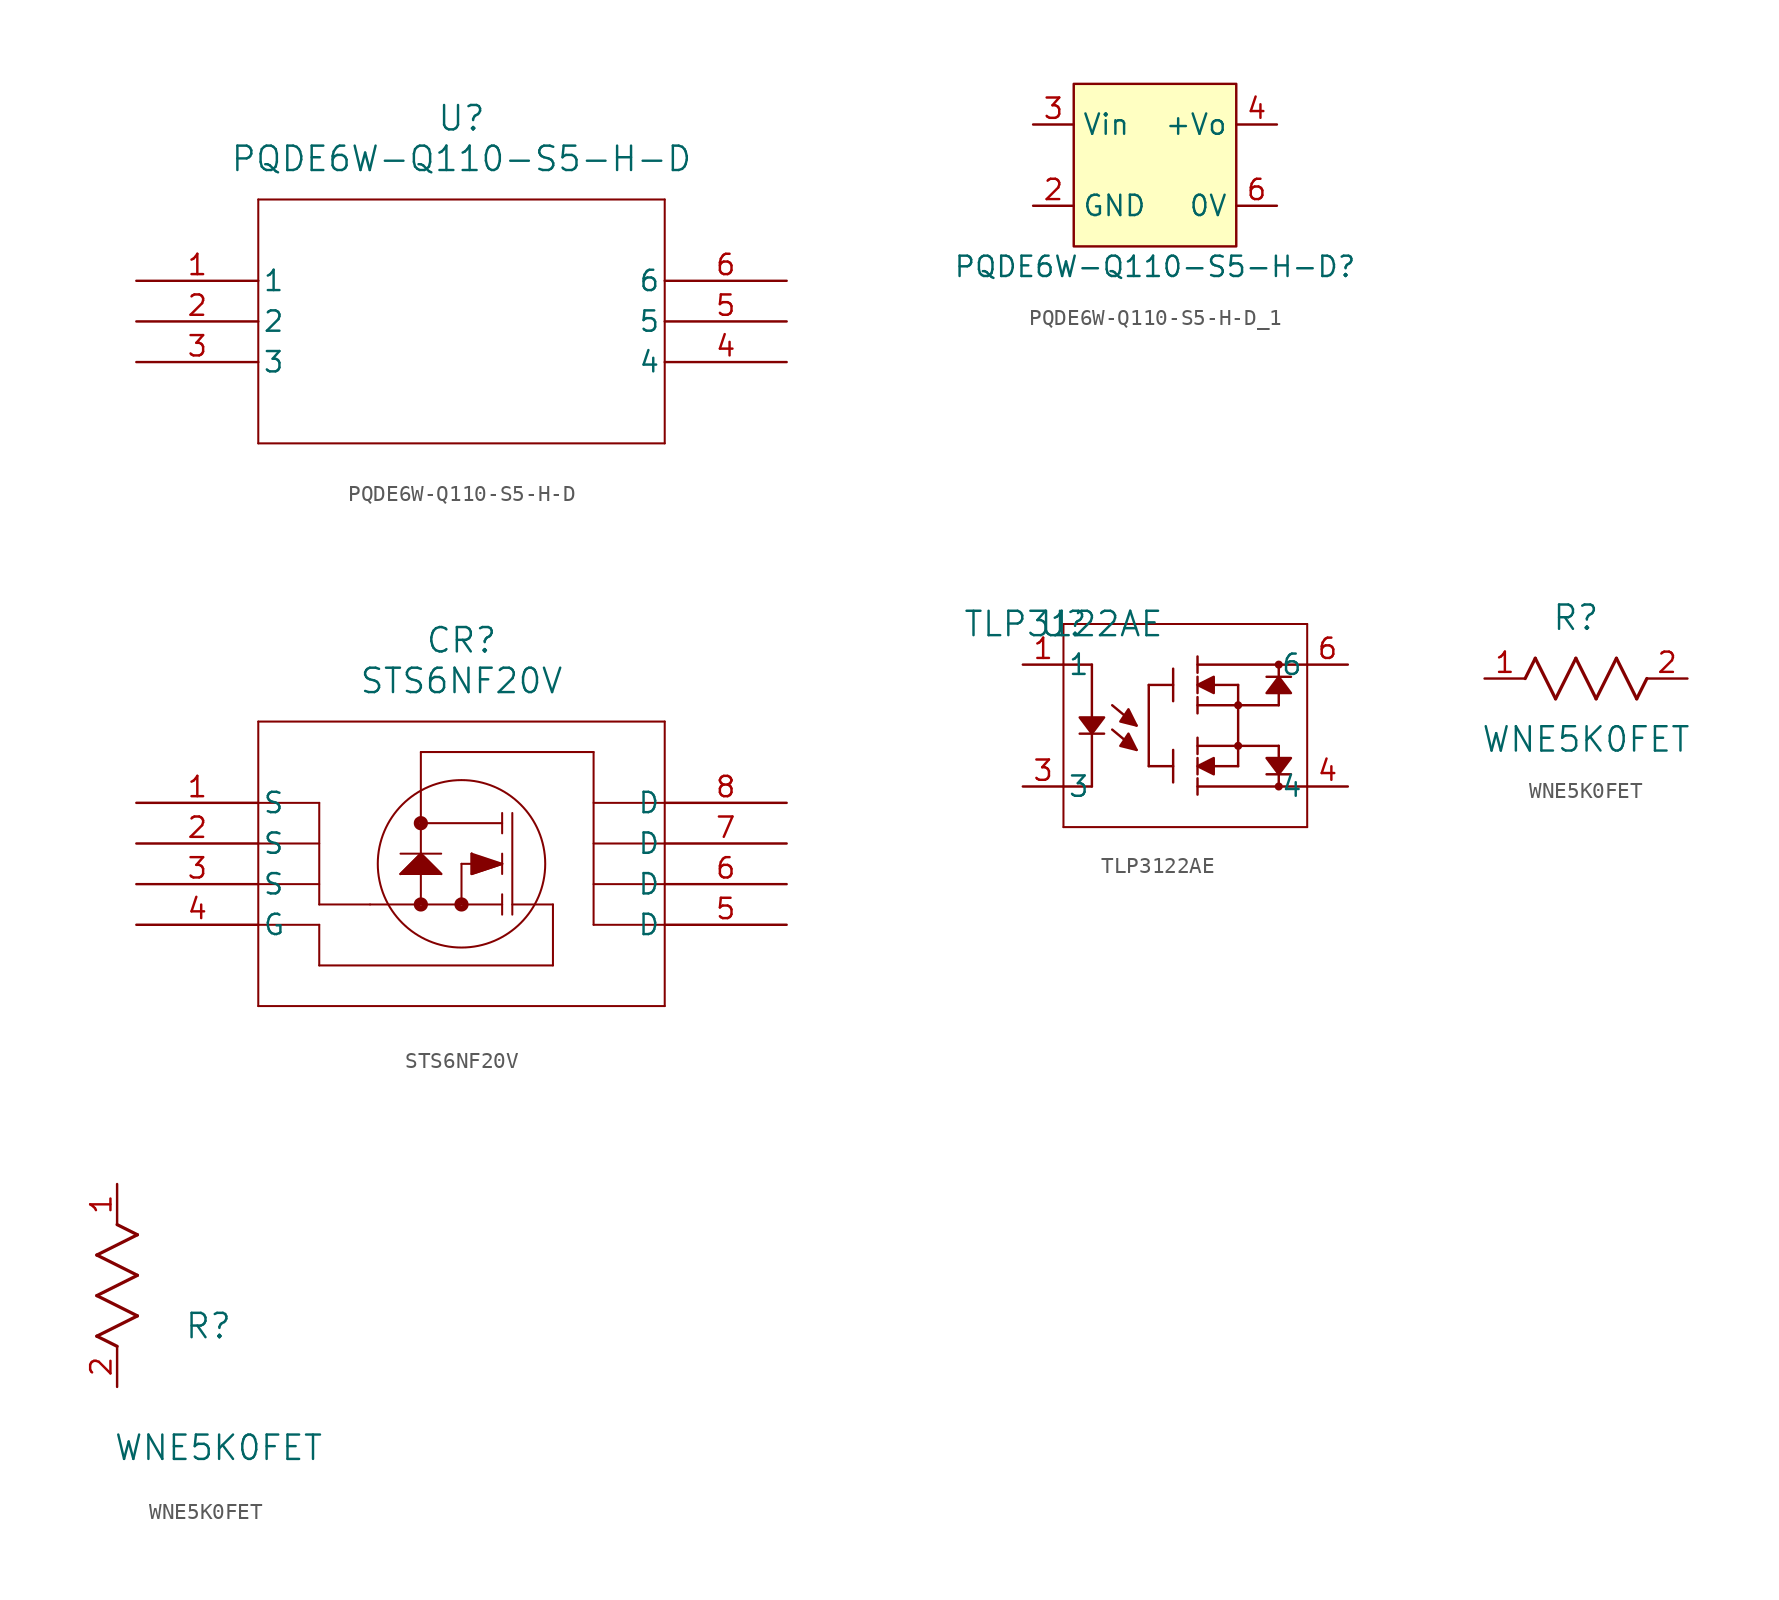
<source format=kicad_sym>
(kicad_symbol_lib
  (version 20220914)
  (generator kicad_symbol_editor)
  (symbol "PQDE6W-Q110-S5-H-D"
    (pin_names
      (offset 0.254))
    (property "Reference" "U"
      (at 20.32 10.16 0)
      (effects (font (size 1.524 1.524))))
    (property "Value" "PQDE6W-Q110-S5-H-D"
      (at 20.32 7.62 0)
      (effects (font (size 1.524 1.524))))
    (symbol "PQDE6W-Q110-S5-H-D_0_1"
      (polyline (pts (xy 7.62 -10.16) (xy 33.02 -10.16)) (stroke (width 0.127) (type default)) (fill (type none)))
      (polyline (pts (xy 7.62 5.08) (xy 7.62 -10.16)) (stroke (width 0.127) (type default)) (fill (type none)))
      (polyline (pts (xy 33.02 -10.16) (xy 33.02 5.08)) (stroke (width 0.127) (type default)) (fill (type none)))
      (polyline (pts (xy 33.02 5.08) (xy 7.62 5.08)) (stroke (width 0.127) (type default)) (fill (type none)))
      (pin unspecified line (at 0 0 0) (length 7.62) (name "1" (effects (font (size 1.27 1.27)))) (number "1" (effects (font (size 1.27 1.27)))))
      (pin unspecified line (at 0 -2.54 0) (length 7.62) (name "2" (effects (font (size 1.27 1.27)))) (number "2" (effects (font (size 1.27 1.27)))))
      (pin unspecified line (at 0 -5.08 0) (length 7.62) (name "3" (effects (font (size 1.27 1.27)))) (number "3" (effects (font (size 1.27 1.27)))))
      (pin unspecified line (at 40.64 -5.08 180) (length 7.62) (name "4" (effects (font (size 1.27 1.27)))) (number "4" (effects (font (size 1.27 1.27)))))
      (pin unspecified line (at 40.64 -2.54 180) (length 7.62) (name "5" (effects (font (size 1.27 1.27)))) (number "5" (effects (font (size 1.27 1.27)))))
      (pin unspecified line (at 40.64 0 180) (length 7.62) (name "6" (effects (font (size 1.27 1.27)))) (number "6" (effects (font (size 1.27 1.27)))))))
  (symbol "PQDE6W-Q110-S5-H-D_1"
    (property "Reference" "PQDE6W-Q110-S5-H-D"
      (at 0 -6.35 0)
      (effects (font (size 1.27 1.27))))
    (property "Value" ""
      (at 0 0 0)
      (effects (font (size 1.27 1.27))))
    (symbol "PQDE6W-Q110-S5-H-D_1_1_1"
      (rectangle (start -5.08 5.08) (end 5.08 -5.08) (stroke (width 0) (type default)) (fill (type background)))
      (pin output line (at -7.62 -2.54 0) (length 2.54) (name "GND" (effects (font (size 1.27 1.27)))) (number "2" (effects (font (size 1.27 1.27)))))
      (pin input line (at -7.62 2.54 0) (length 2.54) (name "Vin" (effects (font (size 1.27 1.27)))) (number "3" (effects (font (size 1.27 1.27)))))
      (pin output line (at 7.62 2.54 180) (length 2.54) (name "+Vo" (effects (font (size 1.27 1.27)))) (number "4" (effects (font (size 1.27 1.27)))))
      (pin input line (at 7.62 -2.54 180) (length 2.54) (name "0V" (effects (font (size 1.27 1.27)))) (number "6" (effects (font (size 1.27 1.27)))))))
  (symbol "STS6NF20V"
    (pin_names
      (offset 0.254))
    (property "Reference" "CR"
      (at 20.32 10.16 0)
      (effects (font (size 1.524 1.524))))
    (property "Value" "STS6NF20V"
      (at 20.32 7.62 0)
      (effects (font (size 1.524 1.524))))
    (symbol "STS6NF20V_0_1"
      (polyline (pts (xy 7.62 -12.7) (xy 33.02 -12.7)) (stroke (width 0.127) (type default)) (fill (type none)))
      (polyline (pts (xy 7.62 -5.08) (xy 11.43 -5.08)) (stroke (width 0.127) (type default)) (fill (type none)))
      (polyline (pts (xy 7.62 -2.54) (xy 11.43 -2.54)) (stroke (width 0.127) (type default)) (fill (type none)))
      (polyline (pts (xy 7.62 0) (xy 11.43 0)) (stroke (width 0.127) (type default)) (fill (type none)))
      (polyline (pts (xy 7.62 5.08) (xy 7.62 -12.7)) (stroke (width 0.127) (type default)) (fill (type none)))
      (polyline (pts (xy 11.43 -10.16) (xy 11.43 -7.62)) (stroke (width 0.127) (type default)) (fill (type none)))
      (polyline (pts (xy 11.43 -7.62) (xy 7.62 -7.62)) (stroke (width 0.127) (type default)) (fill (type none)))
      (polyline (pts (xy 11.43 -6.35) (xy 14.605 -6.35)) (stroke (width 0.127) (type default)) (fill (type none)))
      (polyline (pts (xy 11.43 0) (xy 11.43 -6.35)) (stroke (width 0.127) (type default)) (fill (type none)))
      (polyline (pts (xy 16.51 -4.445) (xy 17.78 -3.175)) (stroke (width 0.127) (type default)) (fill (type none)))
      (polyline (pts (xy 16.51 -4.445) (xy 19.05 -4.445)) (stroke (width 0.127) (type default)) (fill (type none)))
      (polyline (pts (xy 16.51 -3.175) (xy 19.05 -3.175)) (stroke (width 0.127) (type default)) (fill (type none)))
      (polyline (pts (xy 17.78 -6.35) (xy 17.78 3.175)) (stroke (width 0.127) (type default)) (fill (type none)))
      (polyline (pts (xy 17.78 3.175) (xy 28.575 3.175)) (stroke (width 0.127) (type default)) (fill (type none)))
      (polyline (pts (xy 19.05 -4.445) (xy 17.78 -3.175)) (stroke (width 0.127) (type default)) (fill (type none)))
      (polyline (pts (xy 20.32 -3.81) (xy 20.32 -6.35)) (stroke (width 0.127) (type default)) (fill (type none)))
      (polyline (pts (xy 20.32 -3.81) (xy 22.86 -3.81)) (stroke (width 0.127) (type default)) (fill (type none)))
      (polyline (pts (xy 20.955 -4.445) (xy 22.86 -3.81)) (stroke (width 0.127) (type default)) (fill (type none)))
      (polyline (pts (xy 20.955 -3.175) (xy 20.955 -4.445)) (stroke (width 0.127) (type default)) (fill (type none)))
      (polyline (pts (xy 22.86 -6.985) (xy 22.86 -5.715)) (stroke (width 0.127) (type default)) (fill (type none)))
      (polyline (pts (xy 22.86 -6.35) (xy 14.605 -6.35)) (stroke (width 0.127) (type default)) (fill (type none)))
      (polyline (pts (xy 22.86 -4.445) (xy 22.86 -3.175)) (stroke (width 0.127) (type default)) (fill (type none)))
      (polyline (pts (xy 22.86 -3.81) (xy 20.955 -3.175)) (stroke (width 0.127) (type default)) (fill (type none)))
      (polyline (pts (xy 22.86 -1.905) (xy 22.86 -0.635)) (stroke (width 0.127) (type default)) (fill (type none)))
      (polyline (pts (xy 22.86 -1.27) (xy 17.78 -1.27)) (stroke (width 0.127) (type default)) (fill (type none)))
      (polyline (pts (xy 23.495 -6.35) (xy 26.035 -6.35)) (stroke (width 0.127) (type default)) (fill (type none)))
      (polyline (pts (xy 23.495 -0.635) (xy 23.495 -6.985)) (stroke (width 0.127) (type default)) (fill (type none)))
      (polyline (pts (xy 26.035 -10.16) (xy 11.43 -10.16)) (stroke (width 0.127) (type default)) (fill (type none)))
      (polyline (pts (xy 26.035 -6.35) (xy 26.035 -10.16)) (stroke (width 0.127) (type default)) (fill (type none)))
      (polyline (pts (xy 28.575 -7.62) (xy 33.02 -7.62)) (stroke (width 0.127) (type default)) (fill (type none)))
      (polyline (pts (xy 28.575 3.175) (xy 28.575 -7.62)) (stroke (width 0.127) (type default)) (fill (type none)))
      (polyline (pts (xy 33.02 -12.7) (xy 33.02 5.08)) (stroke (width 0.127) (type default)) (fill (type none)))
      (polyline (pts (xy 33.02 -5.08) (xy 28.575 -5.08)) (stroke (width 0.127) (type default)) (fill (type none)))
      (polyline (pts (xy 33.02 -2.54) (xy 28.575 -2.54)) (stroke (width 0.127) (type default)) (fill (type none)))
      (polyline (pts (xy 33.02 0) (xy 28.575 0)) (stroke (width 0.127) (type default)) (fill (type none)))
      (polyline (pts (xy 33.02 5.08) (xy 7.62 5.08)) (stroke (width 0.127) (type default)) (fill (type none)))
      (polyline (pts (xy 16.51 -4.445) (xy 17.78 -3.175) (xy 19.05 -4.445)) (stroke (width 0) (type default)) (fill (type outline)))
      (polyline (pts (xy 20.955 -3.175) (xy 20.955 -4.445) (xy 22.86 -3.81)) (stroke (width 0) (type default)) (fill (type outline)))
      (circle (center 17.78 -6.35) (radius 0.254) (stroke (width 0.381) (type default)) (fill (type none)))
      (circle (center 17.78 -1.27) (radius 0.254) (stroke (width 0.381) (type default)) (fill (type none)))
      (circle (center 20.32 -6.35) (radius 0.254) (stroke (width 0.381) (type default)) (fill (type none)))
      (circle (center 20.32 -3.81) (radius 5.232) (stroke (width 0.127) (type default)) (fill (type none)))
      (pin unspecified line (at 0 0 0) (length 7.62) (name "S" (effects (font (size 1.27 1.27)))) (number "1" (effects (font (size 1.27 1.27)))))
      (pin unspecified line (at 0 -2.54 0) (length 7.62) (name "S" (effects (font (size 1.27 1.27)))) (number "2" (effects (font (size 1.27 1.27)))))
      (pin unspecified line (at 0 -5.08 0) (length 7.62) (name "S" (effects (font (size 1.27 1.27)))) (number "3" (effects (font (size 1.27 1.27)))))
      (pin unspecified line (at 0 -7.62 0) (length 7.62) (name "G" (effects (font (size 1.27 1.27)))) (number "4" (effects (font (size 1.27 1.27)))))
      (pin unspecified line (at 40.64 -7.62 180) (length 7.62) (name "D" (effects (font (size 1.27 1.27)))) (number "5" (effects (font (size 1.27 1.27)))))
      (pin unspecified line (at 40.64 -5.08 180) (length 7.62) (name "D" (effects (font (size 1.27 1.27)))) (number "6" (effects (font (size 1.27 1.27)))))
      (pin unspecified line (at 40.64 -2.54 180) (length 7.62) (name "D" (effects (font (size 1.27 1.27)))) (number "7" (effects (font (size 1.27 1.27)))))
      (pin unspecified line (at 40.64 0 180) (length 7.62) (name "D" (effects (font (size 1.27 1.27)))) (number "8" (effects (font (size 1.27 1.27)))))))
  (symbol "TLP3122AE"
    (pin_names
      (offset 0.254))
    (property "Reference" "U"
      (at 0 0 0)
      (effects (font (size 1.524 1.524))))
    (property "Value" "TLP3122AE"
      (at 0 0 0)
      (effects (font (size 1.524 1.524))))
    (symbol "TLP3122AE_0_1"
      (polyline (pts (xy 0 -12.7) (xy 0 0)) (stroke (width 0.127) (type default)) (fill (type none)))
      (polyline (pts (xy 0 0) (xy 15.24 0)) (stroke (width 0.127) (type default)) (fill (type none)))
      (polyline (pts (xy 1.016 -6.858) (xy 2.54 -6.858)) (stroke (width 0) (type default)) (fill (type none)))
      (polyline (pts (xy 1.778 -10.16) (xy 0 -10.16)) (stroke (width 0) (type default)) (fill (type none)))
      (polyline (pts (xy 1.778 -10.16) (xy 1.778 -6.858)) (stroke (width 0) (type default)) (fill (type none)))
      (polyline (pts (xy 1.778 -2.54) (xy 0 -2.54)) (stroke (width 0) (type default)) (fill (type none)))
      (polyline (pts (xy 1.778 -2.54) (xy 1.778 -5.842)) (stroke (width 0) (type default)) (fill (type none)))
      (polyline (pts (xy 4.572 -7.874) (xy 3.048 -6.604)) (stroke (width 0) (type default)) (fill (type none)))
      (polyline (pts (xy 4.572 -6.35) (xy 3.048 -5.08)) (stroke (width 0) (type default)) (fill (type none)))
      (polyline (pts (xy 5.334 -3.81) (xy 5.334 -8.89)) (stroke (width 0) (type default)) (fill (type none)))
      (polyline (pts (xy 6.858 -8.89) (xy 5.334 -8.89)) (stroke (width 0) (type default)) (fill (type none)))
      (polyline (pts (xy 6.858 -7.874) (xy 6.858 -9.906)) (stroke (width 0) (type default)) (fill (type none)))
      (polyline (pts (xy 6.858 -3.81) (xy 5.334 -3.81)) (stroke (width 0) (type default)) (fill (type none)))
      (polyline (pts (xy 6.858 -2.794) (xy 6.858 -4.826)) (stroke (width 0) (type default)) (fill (type none)))
      (polyline (pts (xy 8.382 -10.16) (xy 15.24 -10.16)) (stroke (width 0) (type default)) (fill (type none)))
      (polyline (pts (xy 8.382 -9.652) (xy 8.382 -10.668)) (stroke (width 0) (type default)) (fill (type none)))
      (polyline (pts (xy 8.382 -8.382) (xy 8.382 -9.398)) (stroke (width 0) (type default)) (fill (type none)))
      (polyline (pts (xy 8.382 -7.62) (xy 13.462 -7.62)) (stroke (width 0) (type default)) (fill (type none)))
      (polyline (pts (xy 8.382 -7.112) (xy 8.382 -8.128)) (stroke (width 0) (type default)) (fill (type none)))
      (polyline (pts (xy 8.382 -5.08) (xy 13.462 -5.08)) (stroke (width 0) (type default)) (fill (type none)))
      (polyline (pts (xy 8.382 -4.572) (xy 8.382 -5.588)) (stroke (width 0) (type default)) (fill (type none)))
      (polyline (pts (xy 8.382 -3.302) (xy 8.382 -4.318)) (stroke (width 0) (type default)) (fill (type none)))
      (polyline (pts (xy 8.382 -2.54) (xy 15.24 -2.54)) (stroke (width 0) (type default)) (fill (type none)))
      (polyline (pts (xy 8.382 -2.032) (xy 8.382 -3.048)) (stroke (width 0) (type default)) (fill (type none)))
      (polyline (pts (xy 9.398 -8.89) (xy 10.922 -8.89)) (stroke (width 0) (type default)) (fill (type none)))
      (polyline (pts (xy 9.398 -3.81) (xy 10.922 -3.81)) (stroke (width 0) (type default)) (fill (type none)))
      (polyline (pts (xy 10.922 -3.81) (xy 10.922 -8.89)) (stroke (width 0) (type default)) (fill (type none)))
      (polyline (pts (xy 12.7 -9.398) (xy 14.224 -9.398)) (stroke (width 0) (type default)) (fill (type none)))
      (polyline (pts (xy 12.7 -3.302) (xy 14.224 -3.302)) (stroke (width 0) (type default)) (fill (type none)))
      (polyline (pts (xy 13.462 -9.398) (xy 13.462 -10.16)) (stroke (width 0) (type default)) (fill (type none)))
      (polyline (pts (xy 13.462 -7.62) (xy 13.462 -8.382)) (stroke (width 0) (type default)) (fill (type none)))
      (polyline (pts (xy 13.462 -4.318) (xy 13.462 -5.08)) (stroke (width 0) (type default)) (fill (type none)))
      (polyline (pts (xy 13.462 -2.54) (xy 13.462 -3.302)) (stroke (width 0) (type default)) (fill (type none)))
      (polyline (pts (xy 15.24 -12.7) (xy 0 -12.7)) (stroke (width 0.127) (type default)) (fill (type none)))
      (polyline (pts (xy 15.24 0) (xy 15.24 -12.7)) (stroke (width 0.127) (type default)) (fill (type none)))
      (polyline (pts (xy 1.016 -5.842) (xy 1.016 -5.842) (xy 2.54 -5.842) (xy 1.778 -6.858) (xy 1.016 -5.842)) (stroke (width 0) (type default)) (fill (type outline)))
      (polyline (pts (xy 4.572 -7.874) (xy 4.572 -7.874) (xy 4.064 -6.858) (xy 3.556 -7.62) (xy 4.572 -7.874)) (stroke (width 0) (type default)) (fill (type outline)))
      (polyline (pts (xy 4.572 -6.35) (xy 4.572 -6.35) (xy 4.064 -5.334) (xy 3.556 -6.096) (xy 4.572 -6.35)) (stroke (width 0) (type default)) (fill (type outline)))
      (polyline (pts (xy 8.382 -8.89) (xy 8.382 -8.89) (xy 9.398 -8.382) (xy 9.398 -9.398) (xy 8.382 -8.89)) (stroke (width 0) (type default)) (fill (type outline)))
      (polyline (pts (xy 8.382 -3.81) (xy 8.382 -3.81) (xy 9.398 -3.302) (xy 9.398 -4.318) (xy 8.382 -3.81)) (stroke (width 0) (type default)) (fill (type outline)))
      (polyline (pts (xy 12.7 -8.382) (xy 12.7 -8.382) (xy 14.224 -8.382) (xy 13.462 -9.398) (xy 12.7 -8.382)) (stroke (width 0) (type default)) (fill (type outline)))
      (polyline (pts (xy 13.462 -3.302) (xy 13.462 -3.302) (xy 12.7 -4.318) (xy 14.224 -4.318) (xy 13.462 -3.302)) (stroke (width 0) (type default)) (fill (type outline)))
      (circle (center 10.922 -7.62) (radius 0.127) (stroke (width 0.254) (type default)) (fill (type none)))
      (circle (center 10.922 -5.08) (radius 0.127) (stroke (width 0.254) (type default)) (fill (type none)))
      (circle (center 13.462 -10.16) (radius 0.127) (stroke (width 0.254) (type default)) (fill (type none)))
      (circle (center 13.462 -2.54) (radius 0.127) (stroke (width 0.254) (type default)) (fill (type none))))
    (symbol "TLP3122AE_1_1"
      (pin power_in line (at -2.54 -2.54 0) (length 2.54) (name "1" (effects (font (size 1.27 1.27)))) (number "1" (effects (font (size 1.27 1.27)))))
      (pin output line (at -2.54 -10.16 0) (length 2.54) (name "3" (effects (font (size 1.27 1.27)))) (number "3" (effects (font (size 1.27 1.27)))))
      (pin bidirectional line (at 17.78 -10.16 180) (length 2.54) (name "4" (effects (font (size 1.27 1.27)))) (number "4" (effects (font (size 1.27 1.27)))))
      (pin bidirectional line (at 17.78 -2.54 180) (length 2.54) (name "6" (effects (font (size 1.27 1.27)))) (number "6" (effects (font (size 1.27 1.27)))))))
  (symbol "WNE5K0FET"
    (pin_names
      (offset 0.254))
    (property "Reference" "R"
      (at 5.715 3.81 0)
      (effects (font (size 1.524 1.524))))
    (property "Value" "WNE5K0FET"
      (at 6.35 -3.81 0)
      (effects (font (size 1.524 1.524))))
    (symbol "WNE5K0FET_1_1"
      (polyline (pts (xy 2.54 0) (xy 3.175 1.27)) (stroke (width 0.203) (type default)) (fill (type none)))
      (polyline (pts (xy 3.175 1.27) (xy 4.445 -1.27)) (stroke (width 0.203) (type default)) (fill (type none)))
      (polyline (pts (xy 4.445 -1.27) (xy 5.715 1.27)) (stroke (width 0.203) (type default)) (fill (type none)))
      (polyline (pts (xy 5.715 1.27) (xy 6.985 -1.27)) (stroke (width 0.203) (type default)) (fill (type none)))
      (polyline (pts (xy 6.985 -1.27) (xy 8.255 1.27)) (stroke (width 0.203) (type default)) (fill (type none)))
      (polyline (pts (xy 8.255 1.27) (xy 9.525 -1.27)) (stroke (width 0.203) (type default)) (fill (type none)))
      (polyline (pts (xy 9.525 -1.27) (xy 10.16 0)) (stroke (width 0.203) (type default)) (fill (type none)))
      (pin unspecified line (at 0 0 0) (length 2.54) (name "" (effects (font (size 1.27 1.27)))) (number "1" (effects (font (size 1.27 1.27)))))
      (pin unspecified line (at 12.7 0 180) (length 2.54) (name "" (effects (font (size 1.27 1.27)))) (number "2" (effects (font (size 1.27 1.27))))))
    (symbol "WNE5K0FET_1_2"
      (polyline (pts (xy -1.27 3.175) (xy 1.27 4.445)) (stroke (width 0.203) (type default)) (fill (type none)))
      (polyline (pts (xy -1.27 5.715) (xy 1.27 6.985)) (stroke (width 0.203) (type default)) (fill (type none)))
      (polyline (pts (xy -1.27 8.255) (xy 1.27 9.525)) (stroke (width 0.203) (type default)) (fill (type none)))
      (polyline (pts (xy 0 2.54) (xy -1.27 3.175)) (stroke (width 0.203) (type default)) (fill (type none)))
      (polyline (pts (xy 1.27 4.445) (xy -1.27 5.715)) (stroke (width 0.203) (type default)) (fill (type none)))
      (polyline (pts (xy 1.27 6.985) (xy -1.27 8.255)) (stroke (width 0.203) (type default)) (fill (type none)))
      (polyline (pts (xy 1.27 9.525) (xy 0 10.16)) (stroke (width 0.203) (type default)) (fill (type none)))
      (pin unspecified line (at 0 12.7 270) (length 2.54) (name "" (effects (font (size 1.27 1.27)))) (number "1" (effects (font (size 1.27 1.27)))))
      (pin unspecified line (at 0 0 90) (length 2.54) (name "" (effects (font (size 1.27 1.27)))) (number "2" (effects (font (size 1.27 1.27))))))))
</source>
